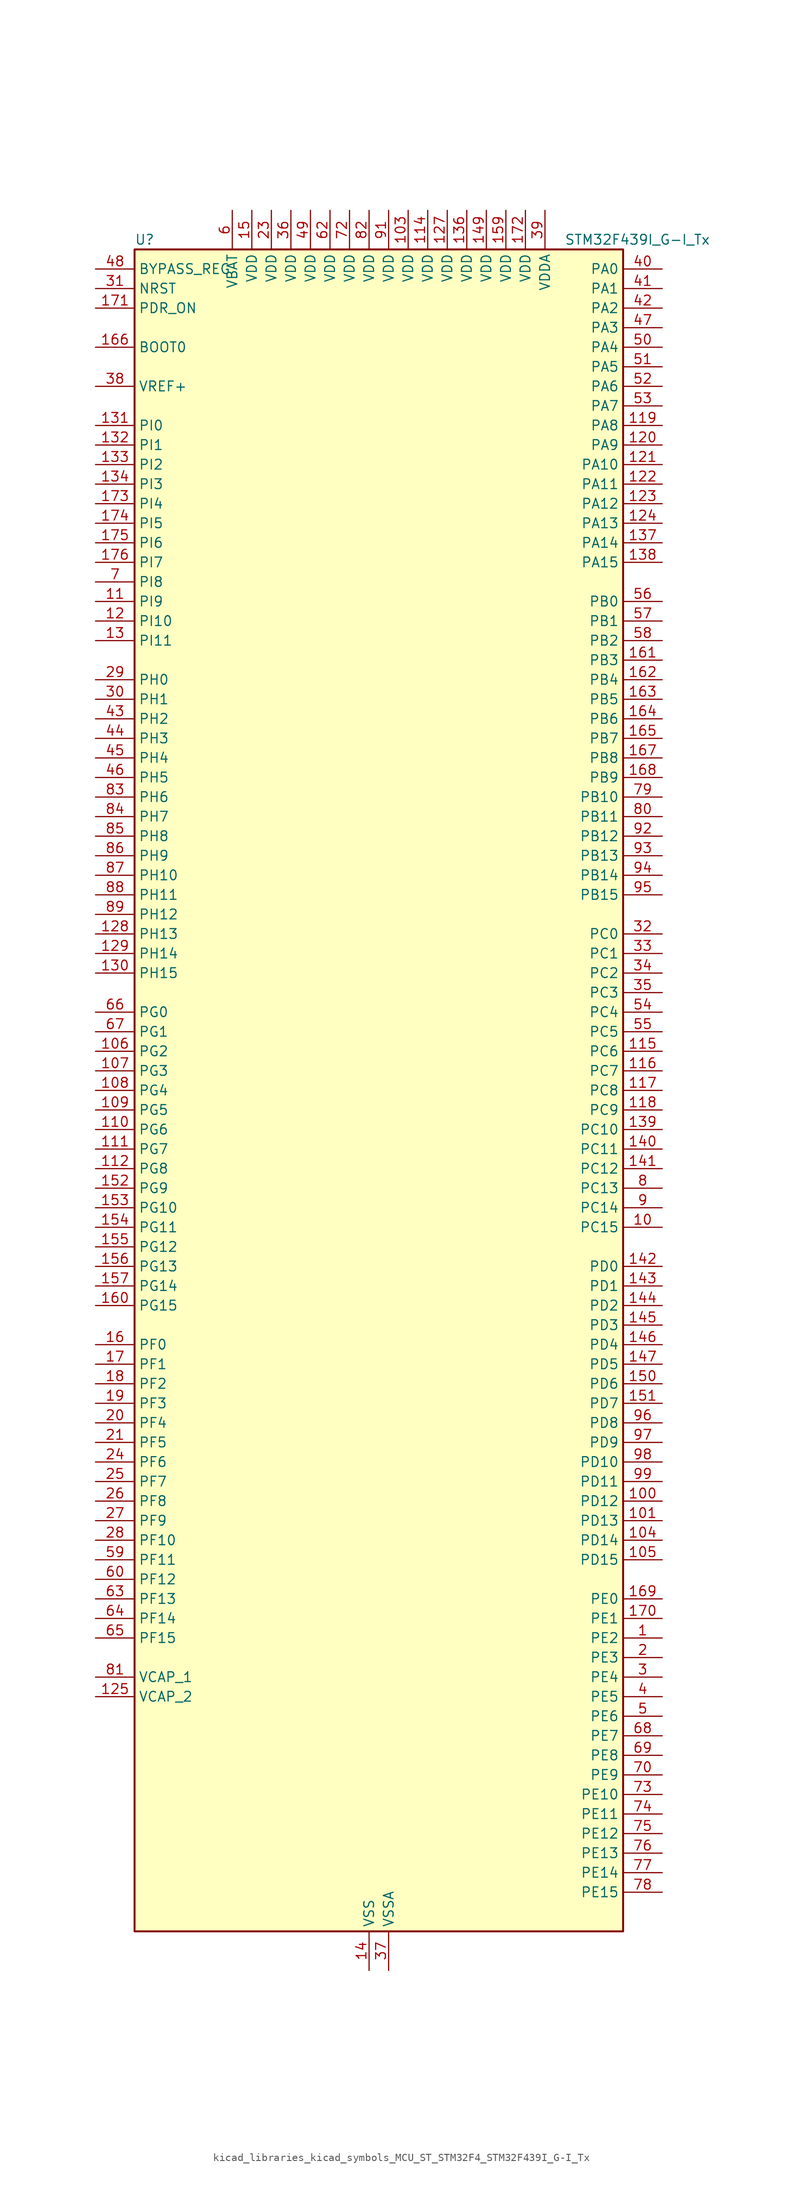
<source format=kicad_sym>
(kicad_symbol_lib
  (version 20220914)
  (generator kicad_symbol_editor)
  (symbol "kicad_libraries_kicad_symbols_MCU_ST_STM32F4_STM32F439I_G-I_Tx"
    (property "Reference" "U"
      (at -30.48 110.49 0)
      (effects (font (size 1.27 1.27)) (justify left)))
    (property "Value" "STM32F439I_G-I_Tx"
      (at 25.4 110.49 0)
      (effects (font (size 1.27 1.27)) (justify left)))
    (property "ki_locked" ""
      (at 0 0 0)
      (effects (font (size 1.27 1.27))))
    (symbol "kicad_libraries_kicad_symbols_MCU_ST_STM32F4_STM32F439I_G-I_Tx_0_1"
      (rectangle (start -30.48 -109.22) (end 33.02 109.22) (stroke (width 0.254) (type default)) (fill (type background))))
    (symbol "kicad_libraries_kicad_symbols_MCU_ST_STM32F4_STM32F439I_G-I_Tx_1_1"
      (pin bidirectional line (at 38.1 -71.12 180) (length 5.08) (name "PE2" (effects (font (size 1.27 1.27)))) (number "1" (effects (font (size 1.27 1.27)))) (alternate "ETH_TXD3" bidirectional line) (alternate "FMC_A23" bidirectional line) (alternate "SAI1_MCLK_A" bidirectional line) (alternate "SPI4_SCK" bidirectional line) (alternate "SYS_TRACECLK" bidirectional line))
      (pin bidirectional line (at 38.1 -17.78 180) (length 5.08) (name "PC15" (effects (font (size 1.27 1.27)))) (number "10" (effects (font (size 1.27 1.27)))) (alternate "ADC1_EXTI15" bidirectional line) (alternate "ADC2_EXTI15" bidirectional line) (alternate "ADC3_EXTI15" bidirectional line) (alternate "RCC_OSC32_OUT" bidirectional line))
      (pin bidirectional line (at 38.1 -53.34 180) (length 5.08) (name "PD12" (effects (font (size 1.27 1.27)))) (number "100" (effects (font (size 1.27 1.27)))) (alternate "FMC_A17" bidirectional line) (alternate "FMC_ALE" bidirectional line) (alternate "TIM4_CH1" bidirectional line) (alternate "USART3_RTS" bidirectional line))
      (pin bidirectional line (at 38.1 -55.88 180) (length 5.08) (name "PD13" (effects (font (size 1.27 1.27)))) (number "101" (effects (font (size 1.27 1.27)))) (alternate "FMC_A18" bidirectional line) (alternate "TIM4_CH2" bidirectional line))
      (pin passive line (at 0 -114.3 90) (length 5.08) hide (name "VSS" (effects (font (size 1.27 1.27)))) (number "102" (effects (font (size 1.27 1.27)))))
      (pin power_in line (at 5.08 114.3 270) (length 5.08) (name "VDD" (effects (font (size 1.27 1.27)))) (number "103" (effects (font (size 1.27 1.27)))))
      (pin bidirectional line (at 38.1 -58.42 180) (length 5.08) (name "PD14" (effects (font (size 1.27 1.27)))) (number "104" (effects (font (size 1.27 1.27)))) (alternate "FMC_D0" bidirectional line) (alternate "FMC_DA0" bidirectional line) (alternate "TIM4_CH3" bidirectional line))
      (pin bidirectional line (at 38.1 -60.96 180) (length 5.08) (name "PD15" (effects (font (size 1.27 1.27)))) (number "105" (effects (font (size 1.27 1.27)))) (alternate "ADC1_EXTI15" bidirectional line) (alternate "ADC2_EXTI15" bidirectional line) (alternate "ADC3_EXTI15" bidirectional line) (alternate "FMC_D1" bidirectional line) (alternate "FMC_DA1" bidirectional line) (alternate "TIM4_CH4" bidirectional line))
      (pin bidirectional line (at -35.56 5.08 0) (length 5.08) (name "PG2" (effects (font (size 1.27 1.27)))) (number "106" (effects (font (size 1.27 1.27)))) (alternate "FMC_A12" bidirectional line))
      (pin bidirectional line (at -35.56 2.54 0) (length 5.08) (name "PG3" (effects (font (size 1.27 1.27)))) (number "107" (effects (font (size 1.27 1.27)))) (alternate "FMC_A13" bidirectional line))
      (pin bidirectional line (at -35.56 0 0) (length 5.08) (name "PG4" (effects (font (size 1.27 1.27)))) (number "108" (effects (font (size 1.27 1.27)))) (alternate "FMC_A14" bidirectional line) (alternate "FMC_BA0" bidirectional line))
      (pin bidirectional line (at -35.56 -2.54 0) (length 5.08) (name "PG5" (effects (font (size 1.27 1.27)))) (number "109" (effects (font (size 1.27 1.27)))) (alternate "FMC_A15" bidirectional line) (alternate "FMC_BA1" bidirectional line))
      (pin bidirectional line (at -35.56 63.5 0) (length 5.08) (name "PI9" (effects (font (size 1.27 1.27)))) (number "11" (effects (font (size 1.27 1.27)))) (alternate "CAN1_RX" bidirectional line) (alternate "DAC_EXTI9" bidirectional line) (alternate "FMC_D30" bidirectional line) (alternate "LTDC_VSYNC" bidirectional line))
      (pin bidirectional line (at -35.56 -5.08 0) (length 5.08) (name "PG6" (effects (font (size 1.27 1.27)))) (number "110" (effects (font (size 1.27 1.27)))) (alternate "DCMI_D12" bidirectional line) (alternate "FMC_INT2" bidirectional line) (alternate "LTDC_R7" bidirectional line))
      (pin bidirectional line (at -35.56 -7.62 0) (length 5.08) (name "PG7" (effects (font (size 1.27 1.27)))) (number "111" (effects (font (size 1.27 1.27)))) (alternate "DCMI_D13" bidirectional line) (alternate "FMC_INT3" bidirectional line) (alternate "LTDC_CLK" bidirectional line) (alternate "USART6_CK" bidirectional line))
      (pin bidirectional line (at -35.56 -10.16 0) (length 5.08) (name "PG8" (effects (font (size 1.27 1.27)))) (number "112" (effects (font (size 1.27 1.27)))) (alternate "ETH_PPS_OUT" bidirectional line) (alternate "FMC_SDCLK" bidirectional line) (alternate "SPI6_NSS" bidirectional line) (alternate "USART6_RTS" bidirectional line))
      (pin passive line (at 0 -114.3 90) (length 5.08) hide (name "VSS" (effects (font (size 1.27 1.27)))) (number "113" (effects (font (size 1.27 1.27)))))
      (pin power_in line (at 7.62 114.3 270) (length 5.08) (name "VDD" (effects (font (size 1.27 1.27)))) (number "114" (effects (font (size 1.27 1.27)))))
      (pin bidirectional line (at 38.1 5.08 180) (length 5.08) (name "PC6" (effects (font (size 1.27 1.27)))) (number "115" (effects (font (size 1.27 1.27)))) (alternate "DCMI_D0" bidirectional line) (alternate "I2S2_MCK" bidirectional line) (alternate "LTDC_HSYNC" bidirectional line) (alternate "SDIO_D6" bidirectional line) (alternate "TIM3_CH1" bidirectional line) (alternate "TIM8_CH1" bidirectional line) (alternate "USART6_TX" bidirectional line))
      (pin bidirectional line (at 38.1 2.54 180) (length 5.08) (name "PC7" (effects (font (size 1.27 1.27)))) (number "116" (effects (font (size 1.27 1.27)))) (alternate "DCMI_D1" bidirectional line) (alternate "I2S3_MCK" bidirectional line) (alternate "LTDC_G6" bidirectional line) (alternate "SDIO_D7" bidirectional line) (alternate "TIM3_CH2" bidirectional line) (alternate "TIM8_CH2" bidirectional line) (alternate "USART6_RX" bidirectional line))
      (pin bidirectional line (at 38.1 0 180) (length 5.08) (name "PC8" (effects (font (size 1.27 1.27)))) (number "117" (effects (font (size 1.27 1.27)))) (alternate "DCMI_D2" bidirectional line) (alternate "SDIO_D0" bidirectional line) (alternate "TIM3_CH3" bidirectional line) (alternate "TIM8_CH3" bidirectional line) (alternate "USART6_CK" bidirectional line))
      (pin bidirectional line (at 38.1 -2.54 180) (length 5.08) (name "PC9" (effects (font (size 1.27 1.27)))) (number "118" (effects (font (size 1.27 1.27)))) (alternate "DAC_EXTI9" bidirectional line) (alternate "DCMI_D3" bidirectional line) (alternate "I2C3_SDA" bidirectional line) (alternate "I2S_CKIN" bidirectional line) (alternate "RCC_MCO_2" bidirectional line) (alternate "SDIO_D1" bidirectional line) (alternate "TIM3_CH4" bidirectional line) (alternate "TIM8_CH4" bidirectional line))
      (pin bidirectional line (at 38.1 86.36 180) (length 5.08) (name "PA8" (effects (font (size 1.27 1.27)))) (number "119" (effects (font (size 1.27 1.27)))) (alternate "I2C3_SCL" bidirectional line) (alternate "LTDC_R6" bidirectional line) (alternate "RCC_MCO_1" bidirectional line) (alternate "TIM1_CH1" bidirectional line) (alternate "USART1_CK" bidirectional line) (alternate "USB_OTG_FS_SOF" bidirectional line))
      (pin bidirectional line (at -35.56 60.96 0) (length 5.08) (name "PI10" (effects (font (size 1.27 1.27)))) (number "12" (effects (font (size 1.27 1.27)))) (alternate "ETH_RX_ER" bidirectional line) (alternate "FMC_D31" bidirectional line) (alternate "LTDC_HSYNC" bidirectional line))
      (pin bidirectional line (at 38.1 83.82 180) (length 5.08) (name "PA9" (effects (font (size 1.27 1.27)))) (number "120" (effects (font (size 1.27 1.27)))) (alternate "DAC_EXTI9" bidirectional line) (alternate "DCMI_D0" bidirectional line) (alternate "I2C3_SMBA" bidirectional line) (alternate "TIM1_CH2" bidirectional line) (alternate "USART1_TX" bidirectional line) (alternate "USB_OTG_FS_VBUS" bidirectional line))
      (pin bidirectional line (at 38.1 81.28 180) (length 5.08) (name "PA10" (effects (font (size 1.27 1.27)))) (number "121" (effects (font (size 1.27 1.27)))) (alternate "DCMI_D1" bidirectional line) (alternate "TIM1_CH3" bidirectional line) (alternate "USART1_RX" bidirectional line) (alternate "USB_OTG_FS_ID" bidirectional line))
      (pin bidirectional line (at 38.1 78.74 180) (length 5.08) (name "PA11" (effects (font (size 1.27 1.27)))) (number "122" (effects (font (size 1.27 1.27)))) (alternate "ADC1_EXTI11" bidirectional line) (alternate "ADC2_EXTI11" bidirectional line) (alternate "ADC3_EXTI11" bidirectional line) (alternate "CAN1_RX" bidirectional line) (alternate "LTDC_R4" bidirectional line) (alternate "TIM1_CH4" bidirectional line) (alternate "USART1_CTS" bidirectional line) (alternate "USB_OTG_FS_DM" bidirectional line))
      (pin bidirectional line (at 38.1 76.2 180) (length 5.08) (name "PA12" (effects (font (size 1.27 1.27)))) (number "123" (effects (font (size 1.27 1.27)))) (alternate "CAN1_TX" bidirectional line) (alternate "LTDC_R5" bidirectional line) (alternate "TIM1_ETR" bidirectional line) (alternate "USART1_RTS" bidirectional line) (alternate "USB_OTG_FS_DP" bidirectional line))
      (pin bidirectional line (at 38.1 73.66 180) (length 5.08) (name "PA13" (effects (font (size 1.27 1.27)))) (number "124" (effects (font (size 1.27 1.27)))) (alternate "SYS_JTMS-SWDIO" bidirectional line))
      (pin power_out line (at -35.56 -78.74 0) (length 5.08) (name "VCAP_2" (effects (font (size 1.27 1.27)))) (number "125" (effects (font (size 1.27 1.27)))))
      (pin passive line (at 0 -114.3 90) (length 5.08) hide (name "VSS" (effects (font (size 1.27 1.27)))) (number "126" (effects (font (size 1.27 1.27)))))
      (pin power_in line (at 10.16 114.3 270) (length 5.08) (name "VDD" (effects (font (size 1.27 1.27)))) (number "127" (effects (font (size 1.27 1.27)))))
      (pin bidirectional line (at -35.56 20.32 0) (length 5.08) (name "PH13" (effects (font (size 1.27 1.27)))) (number "128" (effects (font (size 1.27 1.27)))) (alternate "CAN1_TX" bidirectional line) (alternate "FMC_D21" bidirectional line) (alternate "LTDC_G2" bidirectional line) (alternate "TIM8_CH1N" bidirectional line))
      (pin bidirectional line (at -35.56 17.78 0) (length 5.08) (name "PH14" (effects (font (size 1.27 1.27)))) (number "129" (effects (font (size 1.27 1.27)))) (alternate "DCMI_D4" bidirectional line) (alternate "FMC_D22" bidirectional line) (alternate "LTDC_G3" bidirectional line) (alternate "TIM8_CH2N" bidirectional line))
      (pin bidirectional line (at -35.56 58.42 0) (length 5.08) (name "PI11" (effects (font (size 1.27 1.27)))) (number "13" (effects (font (size 1.27 1.27)))) (alternate "ADC1_EXTI11" bidirectional line) (alternate "ADC2_EXTI11" bidirectional line) (alternate "ADC3_EXTI11" bidirectional line) (alternate "USB_OTG_HS_ULPI_DIR" bidirectional line))
      (pin bidirectional line (at -35.56 15.24 0) (length 5.08) (name "PH15" (effects (font (size 1.27 1.27)))) (number "130" (effects (font (size 1.27 1.27)))) (alternate "ADC1_EXTI15" bidirectional line) (alternate "ADC2_EXTI15" bidirectional line) (alternate "ADC3_EXTI15" bidirectional line) (alternate "DCMI_D11" bidirectional line) (alternate "FMC_D23" bidirectional line) (alternate "LTDC_G4" bidirectional line) (alternate "TIM8_CH3N" bidirectional line))
      (pin bidirectional line (at -35.56 86.36 0) (length 5.08) (name "PI0" (effects (font (size 1.27 1.27)))) (number "131" (effects (font (size 1.27 1.27)))) (alternate "DCMI_D13" bidirectional line) (alternate "FMC_D24" bidirectional line) (alternate "I2S2_WS" bidirectional line) (alternate "LTDC_G5" bidirectional line) (alternate "SPI2_NSS" bidirectional line) (alternate "TIM5_CH4" bidirectional line))
      (pin bidirectional line (at -35.56 83.82 0) (length 5.08) (name "PI1" (effects (font (size 1.27 1.27)))) (number "132" (effects (font (size 1.27 1.27)))) (alternate "DCMI_D8" bidirectional line) (alternate "FMC_D25" bidirectional line) (alternate "I2S2_CK" bidirectional line) (alternate "LTDC_G6" bidirectional line) (alternate "SPI2_SCK" bidirectional line))
      (pin bidirectional line (at -35.56 81.28 0) (length 5.08) (name "PI2" (effects (font (size 1.27 1.27)))) (number "133" (effects (font (size 1.27 1.27)))) (alternate "DCMI_D9" bidirectional line) (alternate "FMC_D26" bidirectional line) (alternate "I2S2_ext_SD" bidirectional line) (alternate "LTDC_G7" bidirectional line) (alternate "SPI2_MISO" bidirectional line) (alternate "TIM8_CH4" bidirectional line))
      (pin bidirectional line (at -35.56 78.74 0) (length 5.08) (name "PI3" (effects (font (size 1.27 1.27)))) (number "134" (effects (font (size 1.27 1.27)))) (alternate "DCMI_D10" bidirectional line) (alternate "FMC_D27" bidirectional line) (alternate "I2S2_SD" bidirectional line) (alternate "SPI2_MOSI" bidirectional line) (alternate "TIM8_ETR" bidirectional line))
      (pin passive line (at 0 -114.3 90) (length 5.08) hide (name "VSS" (effects (font (size 1.27 1.27)))) (number "135" (effects (font (size 1.27 1.27)))))
      (pin power_in line (at 12.7 114.3 270) (length 5.08) (name "VDD" (effects (font (size 1.27 1.27)))) (number "136" (effects (font (size 1.27 1.27)))))
      (pin bidirectional line (at 38.1 71.12 180) (length 5.08) (name "PA14" (effects (font (size 1.27 1.27)))) (number "137" (effects (font (size 1.27 1.27)))) (alternate "SYS_JTCK-SWCLK" bidirectional line))
      (pin bidirectional line (at 38.1 68.58 180) (length 5.08) (name "PA15" (effects (font (size 1.27 1.27)))) (number "138" (effects (font (size 1.27 1.27)))) (alternate "ADC1_EXTI15" bidirectional line) (alternate "ADC2_EXTI15" bidirectional line) (alternate "ADC3_EXTI15" bidirectional line) (alternate "I2S3_WS" bidirectional line) (alternate "SPI1_NSS" bidirectional line) (alternate "SPI3_NSS" bidirectional line) (alternate "SYS_JTDI" bidirectional line) (alternate "TIM2_CH1" bidirectional line) (alternate "TIM2_ETR" bidirectional line))
      (pin bidirectional line (at 38.1 -5.08 180) (length 5.08) (name "PC10" (effects (font (size 1.27 1.27)))) (number "139" (effects (font (size 1.27 1.27)))) (alternate "DCMI_D8" bidirectional line) (alternate "I2S3_CK" bidirectional line) (alternate "LTDC_R2" bidirectional line) (alternate "SDIO_D2" bidirectional line) (alternate "SPI3_SCK" bidirectional line) (alternate "UART4_TX" bidirectional line) (alternate "USART3_TX" bidirectional line))
      (pin power_in line (at 0 -114.3 90) (length 5.08) (name "VSS" (effects (font (size 1.27 1.27)))) (number "14" (effects (font (size 1.27 1.27)))))
      (pin bidirectional line (at 38.1 -7.62 180) (length 5.08) (name "PC11" (effects (font (size 1.27 1.27)))) (number "140" (effects (font (size 1.27 1.27)))) (alternate "ADC1_EXTI11" bidirectional line) (alternate "ADC2_EXTI11" bidirectional line) (alternate "ADC3_EXTI11" bidirectional line) (alternate "DCMI_D4" bidirectional line) (alternate "I2S3_ext_SD" bidirectional line) (alternate "SDIO_D3" bidirectional line) (alternate "SPI3_MISO" bidirectional line) (alternate "UART4_RX" bidirectional line) (alternate "USART3_RX" bidirectional line))
      (pin bidirectional line (at 38.1 -10.16 180) (length 5.08) (name "PC12" (effects (font (size 1.27 1.27)))) (number "141" (effects (font (size 1.27 1.27)))) (alternate "DCMI_D9" bidirectional line) (alternate "I2S3_SD" bidirectional line) (alternate "SDIO_CK" bidirectional line) (alternate "SPI3_MOSI" bidirectional line) (alternate "UART5_TX" bidirectional line) (alternate "USART3_CK" bidirectional line))
      (pin bidirectional line (at 38.1 -22.86 180) (length 5.08) (name "PD0" (effects (font (size 1.27 1.27)))) (number "142" (effects (font (size 1.27 1.27)))) (alternate "CAN1_RX" bidirectional line) (alternate "FMC_D2" bidirectional line) (alternate "FMC_DA2" bidirectional line))
      (pin bidirectional line (at 38.1 -25.4 180) (length 5.08) (name "PD1" (effects (font (size 1.27 1.27)))) (number "143" (effects (font (size 1.27 1.27)))) (alternate "CAN1_TX" bidirectional line) (alternate "FMC_D3" bidirectional line) (alternate "FMC_DA3" bidirectional line))
      (pin bidirectional line (at 38.1 -27.94 180) (length 5.08) (name "PD2" (effects (font (size 1.27 1.27)))) (number "144" (effects (font (size 1.27 1.27)))) (alternate "DCMI_D11" bidirectional line) (alternate "SDIO_CMD" bidirectional line) (alternate "TIM3_ETR" bidirectional line) (alternate "UART5_RX" bidirectional line))
      (pin bidirectional line (at 38.1 -30.48 180) (length 5.08) (name "PD3" (effects (font (size 1.27 1.27)))) (number "145" (effects (font (size 1.27 1.27)))) (alternate "DCMI_D5" bidirectional line) (alternate "FMC_CLK" bidirectional line) (alternate "I2S2_CK" bidirectional line) (alternate "LTDC_G7" bidirectional line) (alternate "SPI2_SCK" bidirectional line) (alternate "USART2_CTS" bidirectional line))
      (pin bidirectional line (at 38.1 -33.02 180) (length 5.08) (name "PD4" (effects (font (size 1.27 1.27)))) (number "146" (effects (font (size 1.27 1.27)))) (alternate "FMC_NOE" bidirectional line) (alternate "USART2_RTS" bidirectional line))
      (pin bidirectional line (at 38.1 -35.56 180) (length 5.08) (name "PD5" (effects (font (size 1.27 1.27)))) (number "147" (effects (font (size 1.27 1.27)))) (alternate "FMC_NWE" bidirectional line) (alternate "USART2_TX" bidirectional line))
      (pin passive line (at 0 -114.3 90) (length 5.08) hide (name "VSS" (effects (font (size 1.27 1.27)))) (number "148" (effects (font (size 1.27 1.27)))))
      (pin power_in line (at 15.24 114.3 270) (length 5.08) (name "VDD" (effects (font (size 1.27 1.27)))) (number "149" (effects (font (size 1.27 1.27)))))
      (pin power_in line (at -15.24 114.3 270) (length 5.08) (name "VDD" (effects (font (size 1.27 1.27)))) (number "15" (effects (font (size 1.27 1.27)))))
      (pin bidirectional line (at 38.1 -38.1 180) (length 5.08) (name "PD6" (effects (font (size 1.27 1.27)))) (number "150" (effects (font (size 1.27 1.27)))) (alternate "DCMI_D10" bidirectional line) (alternate "FMC_NWAIT" bidirectional line) (alternate "I2S3_SD" bidirectional line) (alternate "LTDC_B2" bidirectional line) (alternate "SAI1_SD_A" bidirectional line) (alternate "SPI3_MOSI" bidirectional line) (alternate "USART2_RX" bidirectional line))
      (pin bidirectional line (at 38.1 -40.64 180) (length 5.08) (name "PD7" (effects (font (size 1.27 1.27)))) (number "151" (effects (font (size 1.27 1.27)))) (alternate "FMC_NCE2" bidirectional line) (alternate "FMC_NE1" bidirectional line) (alternate "USART2_CK" bidirectional line))
      (pin bidirectional line (at -35.56 -12.7 0) (length 5.08) (name "PG9" (effects (font (size 1.27 1.27)))) (number "152" (effects (font (size 1.27 1.27)))) (alternate "DAC_EXTI9" bidirectional line) (alternate "DCMI_VSYNC" bidirectional line) (alternate "FMC_NCE3" bidirectional line) (alternate "FMC_NE2" bidirectional line) (alternate "USART6_RX" bidirectional line))
      (pin bidirectional line (at -35.56 -15.24 0) (length 5.08) (name "PG10" (effects (font (size 1.27 1.27)))) (number "153" (effects (font (size 1.27 1.27)))) (alternate "DCMI_D2" bidirectional line) (alternate "FMC_NCE4_1" bidirectional line) (alternate "FMC_NE3" bidirectional line) (alternate "LTDC_B2" bidirectional line) (alternate "LTDC_G3" bidirectional line))
      (pin bidirectional line (at -35.56 -17.78 0) (length 5.08) (name "PG11" (effects (font (size 1.27 1.27)))) (number "154" (effects (font (size 1.27 1.27)))) (alternate "ADC1_EXTI11" bidirectional line) (alternate "ADC2_EXTI11" bidirectional line) (alternate "ADC3_EXTI11" bidirectional line) (alternate "DCMI_D3" bidirectional line) (alternate "ETH_TX_EN" bidirectional line) (alternate "FMC_NCE4_2" bidirectional line) (alternate "LTDC_B3" bidirectional line))
      (pin bidirectional line (at -35.56 -20.32 0) (length 5.08) (name "PG12" (effects (font (size 1.27 1.27)))) (number "155" (effects (font (size 1.27 1.27)))) (alternate "FMC_NE4" bidirectional line) (alternate "LTDC_B1" bidirectional line) (alternate "LTDC_B4" bidirectional line) (alternate "SPI6_MISO" bidirectional line) (alternate "USART6_RTS" bidirectional line))
      (pin bidirectional line (at -35.56 -22.86 0) (length 5.08) (name "PG13" (effects (font (size 1.27 1.27)))) (number "156" (effects (font (size 1.27 1.27)))) (alternate "ETH_TXD0" bidirectional line) (alternate "FMC_A24" bidirectional line) (alternate "SPI6_SCK" bidirectional line) (alternate "USART6_CTS" bidirectional line))
      (pin bidirectional line (at -35.56 -25.4 0) (length 5.08) (name "PG14" (effects (font (size 1.27 1.27)))) (number "157" (effects (font (size 1.27 1.27)))) (alternate "ETH_TXD1" bidirectional line) (alternate "FMC_A25" bidirectional line) (alternate "SPI6_MOSI" bidirectional line) (alternate "USART6_TX" bidirectional line))
      (pin passive line (at 0 -114.3 90) (length 5.08) hide (name "VSS" (effects (font (size 1.27 1.27)))) (number "158" (effects (font (size 1.27 1.27)))))
      (pin power_in line (at 17.78 114.3 270) (length 5.08) (name "VDD" (effects (font (size 1.27 1.27)))) (number "159" (effects (font (size 1.27 1.27)))))
      (pin bidirectional line (at -35.56 -33.02 0) (length 5.08) (name "PF0" (effects (font (size 1.27 1.27)))) (number "16" (effects (font (size 1.27 1.27)))) (alternate "FMC_A0" bidirectional line) (alternate "I2C2_SDA" bidirectional line))
      (pin bidirectional line (at -35.56 -27.94 0) (length 5.08) (name "PG15" (effects (font (size 1.27 1.27)))) (number "160" (effects (font (size 1.27 1.27)))) (alternate "ADC1_EXTI15" bidirectional line) (alternate "ADC2_EXTI15" bidirectional line) (alternate "ADC3_EXTI15" bidirectional line) (alternate "DCMI_D13" bidirectional line) (alternate "FMC_SDNCAS" bidirectional line) (alternate "USART6_CTS" bidirectional line))
      (pin bidirectional line (at 38.1 55.88 180) (length 5.08) (name "PB3" (effects (font (size 1.27 1.27)))) (number "161" (effects (font (size 1.27 1.27)))) (alternate "I2S3_CK" bidirectional line) (alternate "SPI1_SCK" bidirectional line) (alternate "SPI3_SCK" bidirectional line) (alternate "SYS_JTDO-SWO" bidirectional line) (alternate "TIM2_CH2" bidirectional line))
      (pin bidirectional line (at 38.1 53.34 180) (length 5.08) (name "PB4" (effects (font (size 1.27 1.27)))) (number "162" (effects (font (size 1.27 1.27)))) (alternate "I2S3_ext_SD" bidirectional line) (alternate "SPI1_MISO" bidirectional line) (alternate "SPI3_MISO" bidirectional line) (alternate "SYS_JTRST" bidirectional line) (alternate "TIM3_CH1" bidirectional line))
      (pin bidirectional line (at 38.1 50.8 180) (length 5.08) (name "PB5" (effects (font (size 1.27 1.27)))) (number "163" (effects (font (size 1.27 1.27)))) (alternate "CAN2_RX" bidirectional line) (alternate "DCMI_D10" bidirectional line) (alternate "ETH_PPS_OUT" bidirectional line) (alternate "FMC_SDCKE1" bidirectional line) (alternate "I2C1_SMBA" bidirectional line) (alternate "I2S3_SD" bidirectional line) (alternate "SPI1_MOSI" bidirectional line) (alternate "SPI3_MOSI" bidirectional line) (alternate "TIM3_CH2" bidirectional line) (alternate "USB_OTG_HS_ULPI_D7" bidirectional line))
      (pin bidirectional line (at 38.1 48.26 180) (length 5.08) (name "PB6" (effects (font (size 1.27 1.27)))) (number "164" (effects (font (size 1.27 1.27)))) (alternate "CAN2_TX" bidirectional line) (alternate "DCMI_D5" bidirectional line) (alternate "FMC_SDNE1" bidirectional line) (alternate "I2C1_SCL" bidirectional line) (alternate "TIM4_CH1" bidirectional line) (alternate "USART1_TX" bidirectional line))
      (pin bidirectional line (at 38.1 45.72 180) (length 5.08) (name "PB7" (effects (font (size 1.27 1.27)))) (number "165" (effects (font (size 1.27 1.27)))) (alternate "DCMI_VSYNC" bidirectional line) (alternate "FMC_NL" bidirectional line) (alternate "I2C1_SDA" bidirectional line) (alternate "TIM4_CH2" bidirectional line) (alternate "USART1_RX" bidirectional line))
      (pin input line (at -35.56 96.52 0) (length 5.08) (name "BOOT0" (effects (font (size 1.27 1.27)))) (number "166" (effects (font (size 1.27 1.27)))))
      (pin bidirectional line (at 38.1 43.18 180) (length 5.08) (name "PB8" (effects (font (size 1.27 1.27)))) (number "167" (effects (font (size 1.27 1.27)))) (alternate "CAN1_RX" bidirectional line) (alternate "DCMI_D6" bidirectional line) (alternate "ETH_TXD3" bidirectional line) (alternate "I2C1_SCL" bidirectional line) (alternate "LTDC_B6" bidirectional line) (alternate "SDIO_D4" bidirectional line) (alternate "TIM10_CH1" bidirectional line) (alternate "TIM4_CH3" bidirectional line))
      (pin bidirectional line (at 38.1 40.64 180) (length 5.08) (name "PB9" (effects (font (size 1.27 1.27)))) (number "168" (effects (font (size 1.27 1.27)))) (alternate "CAN1_TX" bidirectional line) (alternate "DAC_EXTI9" bidirectional line) (alternate "DCMI_D7" bidirectional line) (alternate "I2C1_SDA" bidirectional line) (alternate "I2S2_WS" bidirectional line) (alternate "LTDC_B7" bidirectional line) (alternate "SDIO_D5" bidirectional line) (alternate "SPI2_NSS" bidirectional line) (alternate "TIM11_CH1" bidirectional line) (alternate "TIM4_CH4" bidirectional line))
      (pin bidirectional line (at 38.1 -66.04 180) (length 5.08) (name "PE0" (effects (font (size 1.27 1.27)))) (number "169" (effects (font (size 1.27 1.27)))) (alternate "DCMI_D2" bidirectional line) (alternate "FMC_NBL0" bidirectional line) (alternate "TIM4_ETR" bidirectional line) (alternate "UART8_RX" bidirectional line))
      (pin bidirectional line (at -35.56 -35.56 0) (length 5.08) (name "PF1" (effects (font (size 1.27 1.27)))) (number "17" (effects (font (size 1.27 1.27)))) (alternate "FMC_A1" bidirectional line) (alternate "I2C2_SCL" bidirectional line))
      (pin bidirectional line (at 38.1 -68.58 180) (length 5.08) (name "PE1" (effects (font (size 1.27 1.27)))) (number "170" (effects (font (size 1.27 1.27)))) (alternate "DCMI_D3" bidirectional line) (alternate "FMC_NBL1" bidirectional line) (alternate "UART8_TX" bidirectional line))
      (pin input line (at -35.56 101.6 0) (length 5.08) (name "PDR_ON" (effects (font (size 1.27 1.27)))) (number "171" (effects (font (size 1.27 1.27)))))
      (pin power_in line (at 20.32 114.3 270) (length 5.08) (name "VDD" (effects (font (size 1.27 1.27)))) (number "172" (effects (font (size 1.27 1.27)))))
      (pin bidirectional line (at -35.56 76.2 0) (length 5.08) (name "PI4" (effects (font (size 1.27 1.27)))) (number "173" (effects (font (size 1.27 1.27)))) (alternate "DCMI_D5" bidirectional line) (alternate "FMC_NBL2" bidirectional line) (alternate "LTDC_B4" bidirectional line) (alternate "TIM8_BKIN" bidirectional line))
      (pin bidirectional line (at -35.56 73.66 0) (length 5.08) (name "PI5" (effects (font (size 1.27 1.27)))) (number "174" (effects (font (size 1.27 1.27)))) (alternate "DCMI_VSYNC" bidirectional line) (alternate "FMC_NBL3" bidirectional line) (alternate "LTDC_B5" bidirectional line) (alternate "TIM8_CH1" bidirectional line))
      (pin bidirectional line (at -35.56 71.12 0) (length 5.08) (name "PI6" (effects (font (size 1.27 1.27)))) (number "175" (effects (font (size 1.27 1.27)))) (alternate "DCMI_D6" bidirectional line) (alternate "FMC_D28" bidirectional line) (alternate "LTDC_B6" bidirectional line) (alternate "TIM8_CH2" bidirectional line))
      (pin bidirectional line (at -35.56 68.58 0) (length 5.08) (name "PI7" (effects (font (size 1.27 1.27)))) (number "176" (effects (font (size 1.27 1.27)))) (alternate "DCMI_D7" bidirectional line) (alternate "FMC_D29" bidirectional line) (alternate "LTDC_B7" bidirectional line) (alternate "TIM8_CH3" bidirectional line))
      (pin bidirectional line (at -35.56 -38.1 0) (length 5.08) (name "PF2" (effects (font (size 1.27 1.27)))) (number "18" (effects (font (size 1.27 1.27)))) (alternate "FMC_A2" bidirectional line) (alternate "I2C2_SMBA" bidirectional line))
      (pin bidirectional line (at -35.56 -40.64 0) (length 5.08) (name "PF3" (effects (font (size 1.27 1.27)))) (number "19" (effects (font (size 1.27 1.27)))) (alternate "ADC3_IN9" bidirectional line) (alternate "FMC_A3" bidirectional line))
      (pin bidirectional line (at 38.1 -73.66 180) (length 5.08) (name "PE3" (effects (font (size 1.27 1.27)))) (number "2" (effects (font (size 1.27 1.27)))) (alternate "FMC_A19" bidirectional line) (alternate "SAI1_SD_B" bidirectional line) (alternate "SYS_TRACED0" bidirectional line))
      (pin bidirectional line (at -35.56 -43.18 0) (length 5.08) (name "PF4" (effects (font (size 1.27 1.27)))) (number "20" (effects (font (size 1.27 1.27)))) (alternate "ADC3_IN14" bidirectional line) (alternate "FMC_A4" bidirectional line))
      (pin bidirectional line (at -35.56 -45.72 0) (length 5.08) (name "PF5" (effects (font (size 1.27 1.27)))) (number "21" (effects (font (size 1.27 1.27)))) (alternate "ADC3_IN15" bidirectional line) (alternate "FMC_A5" bidirectional line))
      (pin passive line (at 0 -114.3 90) (length 5.08) hide (name "VSS" (effects (font (size 1.27 1.27)))) (number "22" (effects (font (size 1.27 1.27)))))
      (pin power_in line (at -12.7 114.3 270) (length 5.08) (name "VDD" (effects (font (size 1.27 1.27)))) (number "23" (effects (font (size 1.27 1.27)))))
      (pin bidirectional line (at -35.56 -48.26 0) (length 5.08) (name "PF6" (effects (font (size 1.27 1.27)))) (number "24" (effects (font (size 1.27 1.27)))) (alternate "ADC3_IN4" bidirectional line) (alternate "FMC_NIORD" bidirectional line) (alternate "SAI1_SD_B" bidirectional line) (alternate "SPI5_NSS" bidirectional line) (alternate "TIM10_CH1" bidirectional line) (alternate "UART7_RX" bidirectional line))
      (pin bidirectional line (at -35.56 -50.8 0) (length 5.08) (name "PF7" (effects (font (size 1.27 1.27)))) (number "25" (effects (font (size 1.27 1.27)))) (alternate "ADC3_IN5" bidirectional line) (alternate "FMC_NREG" bidirectional line) (alternate "SAI1_MCLK_B" bidirectional line) (alternate "SPI5_SCK" bidirectional line) (alternate "TIM11_CH1" bidirectional line) (alternate "UART7_TX" bidirectional line))
      (pin bidirectional line (at -35.56 -53.34 0) (length 5.08) (name "PF8" (effects (font (size 1.27 1.27)))) (number "26" (effects (font (size 1.27 1.27)))) (alternate "ADC3_IN6" bidirectional line) (alternate "FMC_NIOWR" bidirectional line) (alternate "SAI1_SCK_B" bidirectional line) (alternate "SPI5_MISO" bidirectional line) (alternate "TIM13_CH1" bidirectional line))
      (pin bidirectional line (at -35.56 -55.88 0) (length 5.08) (name "PF9" (effects (font (size 1.27 1.27)))) (number "27" (effects (font (size 1.27 1.27)))) (alternate "ADC3_IN7" bidirectional line) (alternate "DAC_EXTI9" bidirectional line) (alternate "FMC_CD" bidirectional line) (alternate "SAI1_FS_B" bidirectional line) (alternate "SPI5_MOSI" bidirectional line) (alternate "TIM14_CH1" bidirectional line))
      (pin bidirectional line (at -35.56 -58.42 0) (length 5.08) (name "PF10" (effects (font (size 1.27 1.27)))) (number "28" (effects (font (size 1.27 1.27)))) (alternate "ADC3_IN8" bidirectional line) (alternate "DCMI_D11" bidirectional line) (alternate "FMC_INTR" bidirectional line) (alternate "LTDC_DE" bidirectional line))
      (pin bidirectional line (at -35.56 53.34 0) (length 5.08) (name "PH0" (effects (font (size 1.27 1.27)))) (number "29" (effects (font (size 1.27 1.27)))) (alternate "RCC_OSC_IN" bidirectional line))
      (pin bidirectional line (at 38.1 -76.2 180) (length 5.08) (name "PE4" (effects (font (size 1.27 1.27)))) (number "3" (effects (font (size 1.27 1.27)))) (alternate "DCMI_D4" bidirectional line) (alternate "FMC_A20" bidirectional line) (alternate "LTDC_B0" bidirectional line) (alternate "SAI1_FS_A" bidirectional line) (alternate "SPI4_NSS" bidirectional line) (alternate "SYS_TRACED1" bidirectional line))
      (pin bidirectional line (at -35.56 50.8 0) (length 5.08) (name "PH1" (effects (font (size 1.27 1.27)))) (number "30" (effects (font (size 1.27 1.27)))) (alternate "RCC_OSC_OUT" bidirectional line))
      (pin input line (at -35.56 104.14 0) (length 5.08) (name "NRST" (effects (font (size 1.27 1.27)))) (number "31" (effects (font (size 1.27 1.27)))))
      (pin bidirectional line (at 38.1 20.32 180) (length 5.08) (name "PC0" (effects (font (size 1.27 1.27)))) (number "32" (effects (font (size 1.27 1.27)))) (alternate "ADC1_IN10" bidirectional line) (alternate "ADC2_IN10" bidirectional line) (alternate "ADC3_IN10" bidirectional line) (alternate "FMC_SDNWE" bidirectional line) (alternate "USB_OTG_HS_ULPI_STP" bidirectional line))
      (pin bidirectional line (at 38.1 17.78 180) (length 5.08) (name "PC1" (effects (font (size 1.27 1.27)))) (number "33" (effects (font (size 1.27 1.27)))) (alternate "ADC1_IN11" bidirectional line) (alternate "ADC2_IN11" bidirectional line) (alternate "ADC3_IN11" bidirectional line) (alternate "ETH_MDC" bidirectional line))
      (pin bidirectional line (at 38.1 15.24 180) (length 5.08) (name "PC2" (effects (font (size 1.27 1.27)))) (number "34" (effects (font (size 1.27 1.27)))) (alternate "ADC1_IN12" bidirectional line) (alternate "ADC2_IN12" bidirectional line) (alternate "ADC3_IN12" bidirectional line) (alternate "ETH_TXD2" bidirectional line) (alternate "FMC_SDNE0" bidirectional line) (alternate "I2S2_ext_SD" bidirectional line) (alternate "SPI2_MISO" bidirectional line) (alternate "USB_OTG_HS_ULPI_DIR" bidirectional line))
      (pin bidirectional line (at 38.1 12.7 180) (length 5.08) (name "PC3" (effects (font (size 1.27 1.27)))) (number "35" (effects (font (size 1.27 1.27)))) (alternate "ADC1_IN13" bidirectional line) (alternate "ADC2_IN13" bidirectional line) (alternate "ADC3_IN13" bidirectional line) (alternate "ETH_TX_CLK" bidirectional line) (alternate "FMC_SDCKE0" bidirectional line) (alternate "I2S2_SD" bidirectional line) (alternate "SPI2_MOSI" bidirectional line) (alternate "USB_OTG_HS_ULPI_NXT" bidirectional line))
      (pin power_in line (at -10.16 114.3 270) (length 5.08) (name "VDD" (effects (font (size 1.27 1.27)))) (number "36" (effects (font (size 1.27 1.27)))))
      (pin power_in line (at 2.54 -114.3 90) (length 5.08) (name "VSSA" (effects (font (size 1.27 1.27)))) (number "37" (effects (font (size 1.27 1.27)))))
      (pin input line (at -35.56 91.44 0) (length 5.08) (name "VREF+" (effects (font (size 1.27 1.27)))) (number "38" (effects (font (size 1.27 1.27)))))
      (pin power_in line (at 22.86 114.3 270) (length 5.08) (name "VDDA" (effects (font (size 1.27 1.27)))) (number "39" (effects (font (size 1.27 1.27)))))
      (pin bidirectional line (at 38.1 -78.74 180) (length 5.08) (name "PE5" (effects (font (size 1.27 1.27)))) (number "4" (effects (font (size 1.27 1.27)))) (alternate "DCMI_D6" bidirectional line) (alternate "FMC_A21" bidirectional line) (alternate "LTDC_G0" bidirectional line) (alternate "SAI1_SCK_A" bidirectional line) (alternate "SPI4_MISO" bidirectional line) (alternate "SYS_TRACED2" bidirectional line) (alternate "TIM9_CH1" bidirectional line))
      (pin bidirectional line (at 38.1 106.68 180) (length 5.08) (name "PA0" (effects (font (size 1.27 1.27)))) (number "40" (effects (font (size 1.27 1.27)))) (alternate "ADC1_IN0" bidirectional line) (alternate "ADC2_IN0" bidirectional line) (alternate "ADC3_IN0" bidirectional line) (alternate "ETH_CRS" bidirectional line) (alternate "SYS_WKUP" bidirectional line) (alternate "TIM2_CH1" bidirectional line) (alternate "TIM2_ETR" bidirectional line) (alternate "TIM5_CH1" bidirectional line) (alternate "TIM8_ETR" bidirectional line) (alternate "UART4_TX" bidirectional line) (alternate "USART2_CTS" bidirectional line))
      (pin bidirectional line (at 38.1 104.14 180) (length 5.08) (name "PA1" (effects (font (size 1.27 1.27)))) (number "41" (effects (font (size 1.27 1.27)))) (alternate "ADC1_IN1" bidirectional line) (alternate "ADC2_IN1" bidirectional line) (alternate "ADC3_IN1" bidirectional line) (alternate "ETH_REF_CLK" bidirectional line) (alternate "ETH_RX_CLK" bidirectional line) (alternate "TIM2_CH2" bidirectional line) (alternate "TIM5_CH2" bidirectional line) (alternate "UART4_RX" bidirectional line) (alternate "USART2_RTS" bidirectional line))
      (pin bidirectional line (at 38.1 101.6 180) (length 5.08) (name "PA2" (effects (font (size 1.27 1.27)))) (number "42" (effects (font (size 1.27 1.27)))) (alternate "ADC1_IN2" bidirectional line) (alternate "ADC2_IN2" bidirectional line) (alternate "ADC3_IN2" bidirectional line) (alternate "ETH_MDIO" bidirectional line) (alternate "TIM2_CH3" bidirectional line) (alternate "TIM5_CH3" bidirectional line) (alternate "TIM9_CH1" bidirectional line) (alternate "USART2_TX" bidirectional line))
      (pin bidirectional line (at -35.56 48.26 0) (length 5.08) (name "PH2" (effects (font (size 1.27 1.27)))) (number "43" (effects (font (size 1.27 1.27)))) (alternate "ETH_CRS" bidirectional line) (alternate "FMC_SDCKE0" bidirectional line) (alternate "LTDC_R0" bidirectional line))
      (pin bidirectional line (at -35.56 45.72 0) (length 5.08) (name "PH3" (effects (font (size 1.27 1.27)))) (number "44" (effects (font (size 1.27 1.27)))) (alternate "ETH_COL" bidirectional line) (alternate "FMC_SDNE0" bidirectional line) (alternate "LTDC_R1" bidirectional line))
      (pin bidirectional line (at -35.56 43.18 0) (length 5.08) (name "PH4" (effects (font (size 1.27 1.27)))) (number "45" (effects (font (size 1.27 1.27)))) (alternate "I2C2_SCL" bidirectional line) (alternate "USB_OTG_HS_ULPI_NXT" bidirectional line))
      (pin bidirectional line (at -35.56 40.64 0) (length 5.08) (name "PH5" (effects (font (size 1.27 1.27)))) (number "46" (effects (font (size 1.27 1.27)))) (alternate "FMC_SDNWE" bidirectional line) (alternate "I2C2_SDA" bidirectional line) (alternate "SPI5_NSS" bidirectional line))
      (pin bidirectional line (at 38.1 99.06 180) (length 5.08) (name "PA3" (effects (font (size 1.27 1.27)))) (number "47" (effects (font (size 1.27 1.27)))) (alternate "ADC1_IN3" bidirectional line) (alternate "ADC2_IN3" bidirectional line) (alternate "ADC3_IN3" bidirectional line) (alternate "ETH_COL" bidirectional line) (alternate "LTDC_B5" bidirectional line) (alternate "TIM2_CH4" bidirectional line) (alternate "TIM5_CH4" bidirectional line) (alternate "TIM9_CH2" bidirectional line) (alternate "USART2_RX" bidirectional line) (alternate "USB_OTG_HS_ULPI_D0" bidirectional line))
      (pin input line (at -35.56 106.68 0) (length 5.08) (name "BYPASS_REG" (effects (font (size 1.27 1.27)))) (number "48" (effects (font (size 1.27 1.27)))))
      (pin power_in line (at -7.62 114.3 270) (length 5.08) (name "VDD" (effects (font (size 1.27 1.27)))) (number "49" (effects (font (size 1.27 1.27)))))
      (pin bidirectional line (at 38.1 -81.28 180) (length 5.08) (name "PE6" (effects (font (size 1.27 1.27)))) (number "5" (effects (font (size 1.27 1.27)))) (alternate "DCMI_D7" bidirectional line) (alternate "FMC_A22" bidirectional line) (alternate "LTDC_G1" bidirectional line) (alternate "SAI1_SD_A" bidirectional line) (alternate "SPI4_MOSI" bidirectional line) (alternate "SYS_TRACED3" bidirectional line) (alternate "TIM9_CH2" bidirectional line))
      (pin bidirectional line (at 38.1 96.52 180) (length 5.08) (name "PA4" (effects (font (size 1.27 1.27)))) (number "50" (effects (font (size 1.27 1.27)))) (alternate "ADC1_IN4" bidirectional line) (alternate "ADC2_IN4" bidirectional line) (alternate "DAC_OUT1" bidirectional line) (alternate "DCMI_HSYNC" bidirectional line) (alternate "I2S3_WS" bidirectional line) (alternate "LTDC_VSYNC" bidirectional line) (alternate "SPI1_NSS" bidirectional line) (alternate "SPI3_NSS" bidirectional line) (alternate "USART2_CK" bidirectional line) (alternate "USB_OTG_HS_SOF" bidirectional line))
      (pin bidirectional line (at 38.1 93.98 180) (length 5.08) (name "PA5" (effects (font (size 1.27 1.27)))) (number "51" (effects (font (size 1.27 1.27)))) (alternate "ADC1_IN5" bidirectional line) (alternate "ADC2_IN5" bidirectional line) (alternate "DAC_OUT2" bidirectional line) (alternate "SPI1_SCK" bidirectional line) (alternate "TIM2_CH1" bidirectional line) (alternate "TIM2_ETR" bidirectional line) (alternate "TIM8_CH1N" bidirectional line) (alternate "USB_OTG_HS_ULPI_CK" bidirectional line))
      (pin bidirectional line (at 38.1 91.44 180) (length 5.08) (name "PA6" (effects (font (size 1.27 1.27)))) (number "52" (effects (font (size 1.27 1.27)))) (alternate "ADC1_IN6" bidirectional line) (alternate "ADC2_IN6" bidirectional line) (alternate "DCMI_PIXCLK" bidirectional line) (alternate "LTDC_G2" bidirectional line) (alternate "SPI1_MISO" bidirectional line) (alternate "TIM13_CH1" bidirectional line) (alternate "TIM1_BKIN" bidirectional line) (alternate "TIM3_CH1" bidirectional line) (alternate "TIM8_BKIN" bidirectional line))
      (pin bidirectional line (at 38.1 88.9 180) (length 5.08) (name "PA7" (effects (font (size 1.27 1.27)))) (number "53" (effects (font (size 1.27 1.27)))) (alternate "ADC1_IN7" bidirectional line) (alternate "ADC2_IN7" bidirectional line) (alternate "ETH_CRS_DV" bidirectional line) (alternate "ETH_RX_DV" bidirectional line) (alternate "SPI1_MOSI" bidirectional line) (alternate "TIM14_CH1" bidirectional line) (alternate "TIM1_CH1N" bidirectional line) (alternate "TIM3_CH2" bidirectional line) (alternate "TIM8_CH1N" bidirectional line))
      (pin bidirectional line (at 38.1 10.16 180) (length 5.08) (name "PC4" (effects (font (size 1.27 1.27)))) (number "54" (effects (font (size 1.27 1.27)))) (alternate "ADC1_IN14" bidirectional line) (alternate "ADC2_IN14" bidirectional line) (alternate "ETH_RXD0" bidirectional line))
      (pin bidirectional line (at 38.1 7.62 180) (length 5.08) (name "PC5" (effects (font (size 1.27 1.27)))) (number "55" (effects (font (size 1.27 1.27)))) (alternate "ADC1_IN15" bidirectional line) (alternate "ADC2_IN15" bidirectional line) (alternate "ETH_RXD1" bidirectional line))
      (pin bidirectional line (at 38.1 63.5 180) (length 5.08) (name "PB0" (effects (font (size 1.27 1.27)))) (number "56" (effects (font (size 1.27 1.27)))) (alternate "ADC1_IN8" bidirectional line) (alternate "ADC2_IN8" bidirectional line) (alternate "ETH_RXD2" bidirectional line) (alternate "LTDC_R3" bidirectional line) (alternate "TIM1_CH2N" bidirectional line) (alternate "TIM3_CH3" bidirectional line) (alternate "TIM8_CH2N" bidirectional line) (alternate "USB_OTG_HS_ULPI_D1" bidirectional line))
      (pin bidirectional line (at 38.1 60.96 180) (length 5.08) (name "PB1" (effects (font (size 1.27 1.27)))) (number "57" (effects (font (size 1.27 1.27)))) (alternate "ADC1_IN9" bidirectional line) (alternate "ADC2_IN9" bidirectional line) (alternate "ETH_RXD3" bidirectional line) (alternate "LTDC_R6" bidirectional line) (alternate "TIM1_CH3N" bidirectional line) (alternate "TIM3_CH4" bidirectional line) (alternate "TIM8_CH3N" bidirectional line) (alternate "USB_OTG_HS_ULPI_D2" bidirectional line))
      (pin bidirectional line (at 38.1 58.42 180) (length 5.08) (name "PB2" (effects (font (size 1.27 1.27)))) (number "58" (effects (font (size 1.27 1.27)))))
      (pin bidirectional line (at -35.56 -60.96 0) (length 5.08) (name "PF11" (effects (font (size 1.27 1.27)))) (number "59" (effects (font (size 1.27 1.27)))) (alternate "ADC1_EXTI11" bidirectional line) (alternate "ADC2_EXTI11" bidirectional line) (alternate "ADC3_EXTI11" bidirectional line) (alternate "DCMI_D12" bidirectional line) (alternate "FMC_SDNRAS" bidirectional line) (alternate "SPI5_MOSI" bidirectional line))
      (pin power_in line (at -17.78 114.3 270) (length 5.08) (name "VBAT" (effects (font (size 1.27 1.27)))) (number "6" (effects (font (size 1.27 1.27)))))
      (pin bidirectional line (at -35.56 -63.5 0) (length 5.08) (name "PF12" (effects (font (size 1.27 1.27)))) (number "60" (effects (font (size 1.27 1.27)))) (alternate "FMC_A6" bidirectional line))
      (pin passive line (at 0 -114.3 90) (length 5.08) hide (name "VSS" (effects (font (size 1.27 1.27)))) (number "61" (effects (font (size 1.27 1.27)))))
      (pin power_in line (at -5.08 114.3 270) (length 5.08) (name "VDD" (effects (font (size 1.27 1.27)))) (number "62" (effects (font (size 1.27 1.27)))))
      (pin bidirectional line (at -35.56 -66.04 0) (length 5.08) (name "PF13" (effects (font (size 1.27 1.27)))) (number "63" (effects (font (size 1.27 1.27)))) (alternate "FMC_A7" bidirectional line))
      (pin bidirectional line (at -35.56 -68.58 0) (length 5.08) (name "PF14" (effects (font (size 1.27 1.27)))) (number "64" (effects (font (size 1.27 1.27)))) (alternate "FMC_A8" bidirectional line))
      (pin bidirectional line (at -35.56 -71.12 0) (length 5.08) (name "PF15" (effects (font (size 1.27 1.27)))) (number "65" (effects (font (size 1.27 1.27)))) (alternate "ADC1_EXTI15" bidirectional line) (alternate "ADC2_EXTI15" bidirectional line) (alternate "ADC3_EXTI15" bidirectional line) (alternate "FMC_A9" bidirectional line))
      (pin bidirectional line (at -35.56 10.16 0) (length 5.08) (name "PG0" (effects (font (size 1.27 1.27)))) (number "66" (effects (font (size 1.27 1.27)))) (alternate "FMC_A10" bidirectional line))
      (pin bidirectional line (at -35.56 7.62 0) (length 5.08) (name "PG1" (effects (font (size 1.27 1.27)))) (number "67" (effects (font (size 1.27 1.27)))) (alternate "FMC_A11" bidirectional line))
      (pin bidirectional line (at 38.1 -83.82 180) (length 5.08) (name "PE7" (effects (font (size 1.27 1.27)))) (number "68" (effects (font (size 1.27 1.27)))) (alternate "FMC_D4" bidirectional line) (alternate "FMC_DA4" bidirectional line) (alternate "TIM1_ETR" bidirectional line) (alternate "UART7_RX" bidirectional line))
      (pin bidirectional line (at 38.1 -86.36 180) (length 5.08) (name "PE8" (effects (font (size 1.27 1.27)))) (number "69" (effects (font (size 1.27 1.27)))) (alternate "FMC_D5" bidirectional line) (alternate "FMC_DA5" bidirectional line) (alternate "TIM1_CH1N" bidirectional line) (alternate "UART7_TX" bidirectional line))
      (pin bidirectional line (at -35.56 66.04 0) (length 5.08) (name "PI8" (effects (font (size 1.27 1.27)))) (number "7" (effects (font (size 1.27 1.27)))) (alternate "RTC_AF2" bidirectional line))
      (pin bidirectional line (at 38.1 -88.9 180) (length 5.08) (name "PE9" (effects (font (size 1.27 1.27)))) (number "70" (effects (font (size 1.27 1.27)))) (alternate "DAC_EXTI9" bidirectional line) (alternate "FMC_D6" bidirectional line) (alternate "FMC_DA6" bidirectional line) (alternate "TIM1_CH1" bidirectional line))
      (pin passive line (at 0 -114.3 90) (length 5.08) hide (name "VSS" (effects (font (size 1.27 1.27)))) (number "71" (effects (font (size 1.27 1.27)))))
      (pin power_in line (at -2.54 114.3 270) (length 5.08) (name "VDD" (effects (font (size 1.27 1.27)))) (number "72" (effects (font (size 1.27 1.27)))))
      (pin bidirectional line (at 38.1 -91.44 180) (length 5.08) (name "PE10" (effects (font (size 1.27 1.27)))) (number "73" (effects (font (size 1.27 1.27)))) (alternate "FMC_D7" bidirectional line) (alternate "FMC_DA7" bidirectional line) (alternate "TIM1_CH2N" bidirectional line))
      (pin bidirectional line (at 38.1 -93.98 180) (length 5.08) (name "PE11" (effects (font (size 1.27 1.27)))) (number "74" (effects (font (size 1.27 1.27)))) (alternate "ADC1_EXTI11" bidirectional line) (alternate "ADC2_EXTI11" bidirectional line) (alternate "ADC3_EXTI11" bidirectional line) (alternate "FMC_D8" bidirectional line) (alternate "FMC_DA8" bidirectional line) (alternate "LTDC_G3" bidirectional line) (alternate "SPI4_NSS" bidirectional line) (alternate "TIM1_CH2" bidirectional line))
      (pin bidirectional line (at 38.1 -96.52 180) (length 5.08) (name "PE12" (effects (font (size 1.27 1.27)))) (number "75" (effects (font (size 1.27 1.27)))) (alternate "FMC_D9" bidirectional line) (alternate "FMC_DA9" bidirectional line) (alternate "LTDC_B4" bidirectional line) (alternate "SPI4_SCK" bidirectional line) (alternate "TIM1_CH3N" bidirectional line))
      (pin bidirectional line (at 38.1 -99.06 180) (length 5.08) (name "PE13" (effects (font (size 1.27 1.27)))) (number "76" (effects (font (size 1.27 1.27)))) (alternate "FMC_D10" bidirectional line) (alternate "FMC_DA10" bidirectional line) (alternate "LTDC_DE" bidirectional line) (alternate "SPI4_MISO" bidirectional line) (alternate "TIM1_CH3" bidirectional line))
      (pin bidirectional line (at 38.1 -101.6 180) (length 5.08) (name "PE14" (effects (font (size 1.27 1.27)))) (number "77" (effects (font (size 1.27 1.27)))) (alternate "FMC_D11" bidirectional line) (alternate "FMC_DA11" bidirectional line) (alternate "LTDC_CLK" bidirectional line) (alternate "SPI4_MOSI" bidirectional line) (alternate "TIM1_CH4" bidirectional line))
      (pin bidirectional line (at 38.1 -104.14 180) (length 5.08) (name "PE15" (effects (font (size 1.27 1.27)))) (number "78" (effects (font (size 1.27 1.27)))) (alternate "ADC1_EXTI15" bidirectional line) (alternate "ADC2_EXTI15" bidirectional line) (alternate "ADC3_EXTI15" bidirectional line) (alternate "FMC_D12" bidirectional line) (alternate "FMC_DA12" bidirectional line) (alternate "LTDC_R7" bidirectional line) (alternate "TIM1_BKIN" bidirectional line))
      (pin bidirectional line (at 38.1 38.1 180) (length 5.08) (name "PB10" (effects (font (size 1.27 1.27)))) (number "79" (effects (font (size 1.27 1.27)))) (alternate "ETH_RX_ER" bidirectional line) (alternate "I2C2_SCL" bidirectional line) (alternate "I2S2_CK" bidirectional line) (alternate "LTDC_G4" bidirectional line) (alternate "SPI2_SCK" bidirectional line) (alternate "TIM2_CH3" bidirectional line) (alternate "USART3_TX" bidirectional line) (alternate "USB_OTG_HS_ULPI_D3" bidirectional line))
      (pin bidirectional line (at 38.1 -12.7 180) (length 5.08) (name "PC13" (effects (font (size 1.27 1.27)))) (number "8" (effects (font (size 1.27 1.27)))) (alternate "RTC_AF1" bidirectional line))
      (pin bidirectional line (at 38.1 35.56 180) (length 5.08) (name "PB11" (effects (font (size 1.27 1.27)))) (number "80" (effects (font (size 1.27 1.27)))) (alternate "ADC1_EXTI11" bidirectional line) (alternate "ADC2_EXTI11" bidirectional line) (alternate "ADC3_EXTI11" bidirectional line) (alternate "ETH_TX_EN" bidirectional line) (alternate "I2C2_SDA" bidirectional line) (alternate "LTDC_G5" bidirectional line) (alternate "TIM2_CH4" bidirectional line) (alternate "USART3_RX" bidirectional line) (alternate "USB_OTG_HS_ULPI_D4" bidirectional line))
      (pin power_out line (at -35.56 -76.2 0) (length 5.08) (name "VCAP_1" (effects (font (size 1.27 1.27)))) (number "81" (effects (font (size 1.27 1.27)))))
      (pin power_in line (at 0 114.3 270) (length 5.08) (name "VDD" (effects (font (size 1.27 1.27)))) (number "82" (effects (font (size 1.27 1.27)))))
      (pin bidirectional line (at -35.56 38.1 0) (length 5.08) (name "PH6" (effects (font (size 1.27 1.27)))) (number "83" (effects (font (size 1.27 1.27)))) (alternate "DCMI_D8" bidirectional line) (alternate "ETH_RXD2" bidirectional line) (alternate "FMC_SDNE1" bidirectional line) (alternate "I2C2_SMBA" bidirectional line) (alternate "SPI5_SCK" bidirectional line) (alternate "TIM12_CH1" bidirectional line))
      (pin bidirectional line (at -35.56 35.56 0) (length 5.08) (name "PH7" (effects (font (size 1.27 1.27)))) (number "84" (effects (font (size 1.27 1.27)))) (alternate "DCMI_D9" bidirectional line) (alternate "ETH_RXD3" bidirectional line) (alternate "FMC_SDCKE1" bidirectional line) (alternate "I2C3_SCL" bidirectional line) (alternate "SPI5_MISO" bidirectional line))
      (pin bidirectional line (at -35.56 33.02 0) (length 5.08) (name "PH8" (effects (font (size 1.27 1.27)))) (number "85" (effects (font (size 1.27 1.27)))) (alternate "DCMI_HSYNC" bidirectional line) (alternate "FMC_D16" bidirectional line) (alternate "I2C3_SDA" bidirectional line) (alternate "LTDC_R2" bidirectional line))
      (pin bidirectional line (at -35.56 30.48 0) (length 5.08) (name "PH9" (effects (font (size 1.27 1.27)))) (number "86" (effects (font (size 1.27 1.27)))) (alternate "DAC_EXTI9" bidirectional line) (alternate "DCMI_D0" bidirectional line) (alternate "FMC_D17" bidirectional line) (alternate "I2C3_SMBA" bidirectional line) (alternate "LTDC_R3" bidirectional line) (alternate "TIM12_CH2" bidirectional line))
      (pin bidirectional line (at -35.56 27.94 0) (length 5.08) (name "PH10" (effects (font (size 1.27 1.27)))) (number "87" (effects (font (size 1.27 1.27)))) (alternate "DCMI_D1" bidirectional line) (alternate "FMC_D18" bidirectional line) (alternate "LTDC_R4" bidirectional line) (alternate "TIM5_CH1" bidirectional line))
      (pin bidirectional line (at -35.56 25.4 0) (length 5.08) (name "PH11" (effects (font (size 1.27 1.27)))) (number "88" (effects (font (size 1.27 1.27)))) (alternate "ADC1_EXTI11" bidirectional line) (alternate "ADC2_EXTI11" bidirectional line) (alternate "ADC3_EXTI11" bidirectional line) (alternate "DCMI_D2" bidirectional line) (alternate "FMC_D19" bidirectional line) (alternate "LTDC_R5" bidirectional line) (alternate "TIM5_CH2" bidirectional line))
      (pin bidirectional line (at -35.56 22.86 0) (length 5.08) (name "PH12" (effects (font (size 1.27 1.27)))) (number "89" (effects (font (size 1.27 1.27)))) (alternate "DCMI_D3" bidirectional line) (alternate "FMC_D20" bidirectional line) (alternate "LTDC_R6" bidirectional line) (alternate "TIM5_CH3" bidirectional line))
      (pin bidirectional line (at 38.1 -15.24 180) (length 5.08) (name "PC14" (effects (font (size 1.27 1.27)))) (number "9" (effects (font (size 1.27 1.27)))) (alternate "RCC_OSC32_IN" bidirectional line))
      (pin passive line (at 0 -114.3 90) (length 5.08) hide (name "VSS" (effects (font (size 1.27 1.27)))) (number "90" (effects (font (size 1.27 1.27)))))
      (pin power_in line (at 2.54 114.3 270) (length 5.08) (name "VDD" (effects (font (size 1.27 1.27)))) (number "91" (effects (font (size 1.27 1.27)))))
      (pin bidirectional line (at 38.1 33.02 180) (length 5.08) (name "PB12" (effects (font (size 1.27 1.27)))) (number "92" (effects (font (size 1.27 1.27)))) (alternate "CAN2_RX" bidirectional line) (alternate "ETH_TXD0" bidirectional line) (alternate "I2C2_SMBA" bidirectional line) (alternate "I2S2_WS" bidirectional line) (alternate "SPI2_NSS" bidirectional line) (alternate "TIM1_BKIN" bidirectional line) (alternate "USART3_CK" bidirectional line) (alternate "USB_OTG_HS_ID" bidirectional line) (alternate "USB_OTG_HS_ULPI_D5" bidirectional line))
      (pin bidirectional line (at 38.1 30.48 180) (length 5.08) (name "PB13" (effects (font (size 1.27 1.27)))) (number "93" (effects (font (size 1.27 1.27)))) (alternate "CAN2_TX" bidirectional line) (alternate "ETH_TXD1" bidirectional line) (alternate "I2S2_CK" bidirectional line) (alternate "SPI2_SCK" bidirectional line) (alternate "TIM1_CH1N" bidirectional line) (alternate "USART3_CTS" bidirectional line) (alternate "USB_OTG_HS_ULPI_D6" bidirectional line) (alternate "USB_OTG_HS_VBUS" bidirectional line))
      (pin bidirectional line (at 38.1 27.94 180) (length 5.08) (name "PB14" (effects (font (size 1.27 1.27)))) (number "94" (effects (font (size 1.27 1.27)))) (alternate "I2S2_ext_SD" bidirectional line) (alternate "SPI2_MISO" bidirectional line) (alternate "TIM12_CH1" bidirectional line) (alternate "TIM1_CH2N" bidirectional line) (alternate "TIM8_CH2N" bidirectional line) (alternate "USART3_RTS" bidirectional line) (alternate "USB_OTG_HS_DM" bidirectional line))
      (pin bidirectional line (at 38.1 25.4 180) (length 5.08) (name "PB15" (effects (font (size 1.27 1.27)))) (number "95" (effects (font (size 1.27 1.27)))) (alternate "ADC1_EXTI15" bidirectional line) (alternate "ADC2_EXTI15" bidirectional line) (alternate "ADC3_EXTI15" bidirectional line) (alternate "I2S2_SD" bidirectional line) (alternate "RTC_REFIN" bidirectional line) (alternate "SPI2_MOSI" bidirectional line) (alternate "TIM12_CH2" bidirectional line) (alternate "TIM1_CH3N" bidirectional line) (alternate "TIM8_CH3N" bidirectional line) (alternate "USB_OTG_HS_DP" bidirectional line))
      (pin bidirectional line (at 38.1 -43.18 180) (length 5.08) (name "PD8" (effects (font (size 1.27 1.27)))) (number "96" (effects (font (size 1.27 1.27)))) (alternate "FMC_D13" bidirectional line) (alternate "FMC_DA13" bidirectional line) (alternate "USART3_TX" bidirectional line))
      (pin bidirectional line (at 38.1 -45.72 180) (length 5.08) (name "PD9" (effects (font (size 1.27 1.27)))) (number "97" (effects (font (size 1.27 1.27)))) (alternate "DAC_EXTI9" bidirectional line) (alternate "FMC_D14" bidirectional line) (alternate "FMC_DA14" bidirectional line) (alternate "USART3_RX" bidirectional line))
      (pin bidirectional line (at 38.1 -48.26 180) (length 5.08) (name "PD10" (effects (font (size 1.27 1.27)))) (number "98" (effects (font (size 1.27 1.27)))) (alternate "FMC_D15" bidirectional line) (alternate "FMC_DA15" bidirectional line) (alternate "LTDC_B3" bidirectional line) (alternate "USART3_CK" bidirectional line))
      (pin bidirectional line (at 38.1 -50.8 180) (length 5.08) (name "PD11" (effects (font (size 1.27 1.27)))) (number "99" (effects (font (size 1.27 1.27)))) (alternate "ADC1_EXTI11" bidirectional line) (alternate "ADC2_EXTI11" bidirectional line) (alternate "ADC3_EXTI11" bidirectional line) (alternate "FMC_A16" bidirectional line) (alternate "FMC_CLE" bidirectional line) (alternate "USART3_CTS" bidirectional line)))))
</source>
